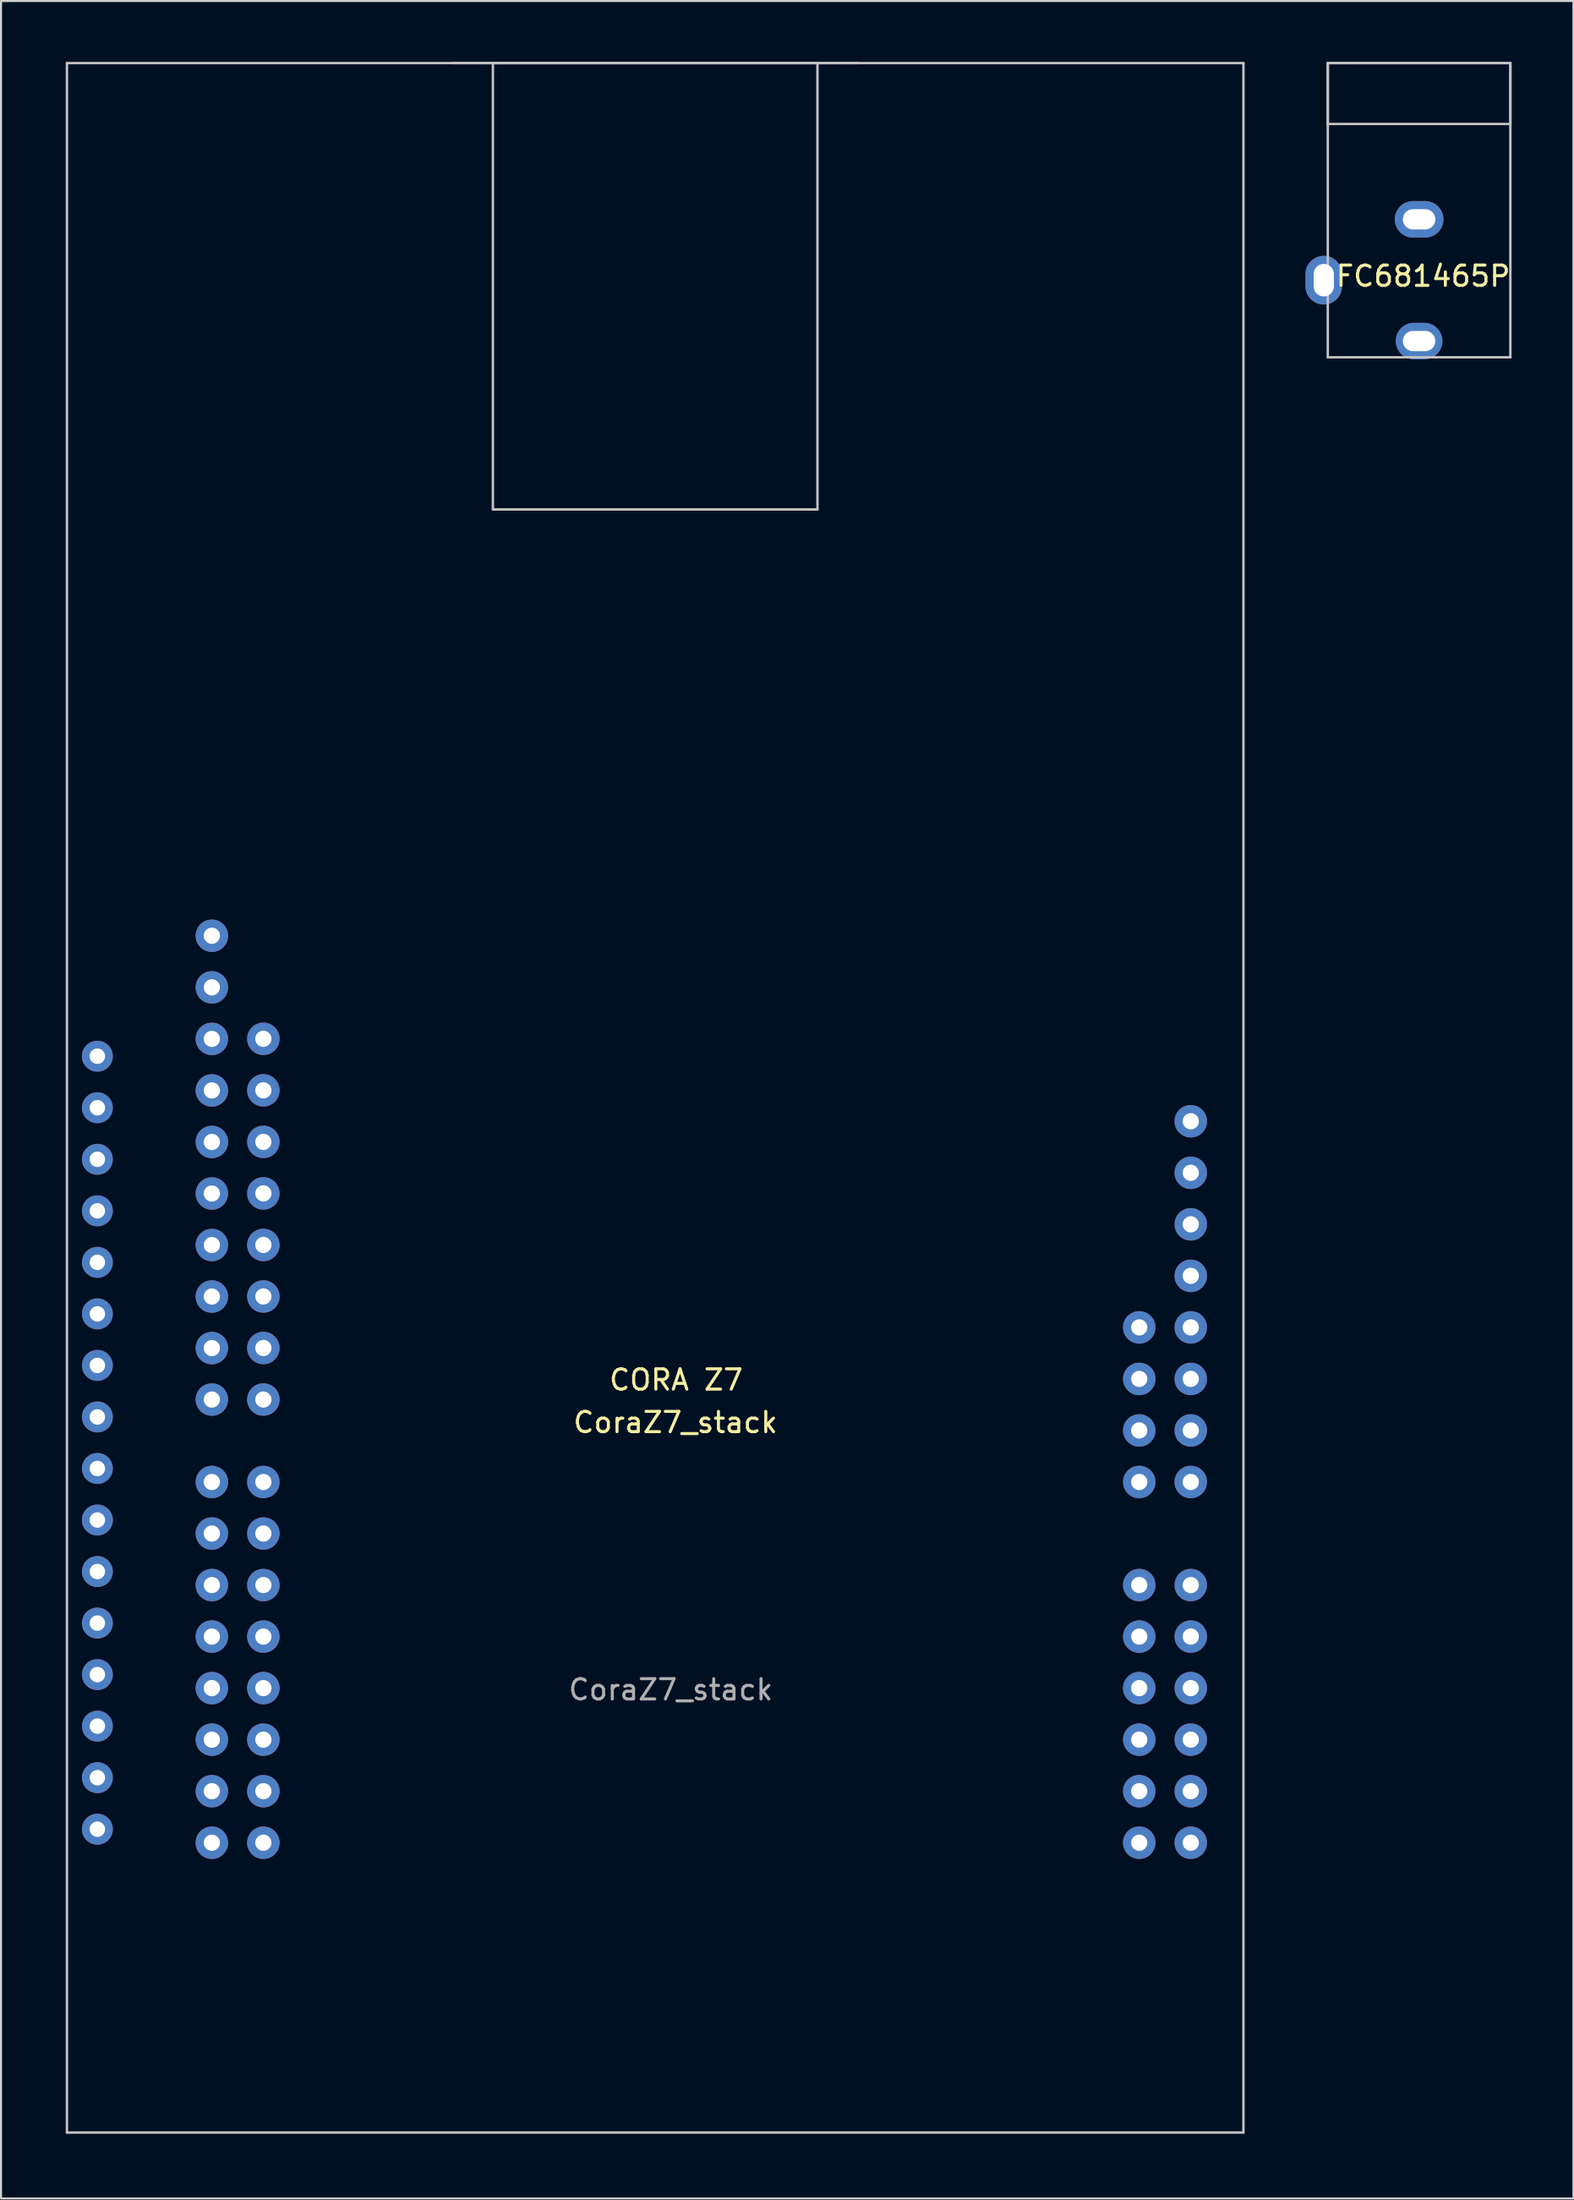
<source format=kicad_pcb>
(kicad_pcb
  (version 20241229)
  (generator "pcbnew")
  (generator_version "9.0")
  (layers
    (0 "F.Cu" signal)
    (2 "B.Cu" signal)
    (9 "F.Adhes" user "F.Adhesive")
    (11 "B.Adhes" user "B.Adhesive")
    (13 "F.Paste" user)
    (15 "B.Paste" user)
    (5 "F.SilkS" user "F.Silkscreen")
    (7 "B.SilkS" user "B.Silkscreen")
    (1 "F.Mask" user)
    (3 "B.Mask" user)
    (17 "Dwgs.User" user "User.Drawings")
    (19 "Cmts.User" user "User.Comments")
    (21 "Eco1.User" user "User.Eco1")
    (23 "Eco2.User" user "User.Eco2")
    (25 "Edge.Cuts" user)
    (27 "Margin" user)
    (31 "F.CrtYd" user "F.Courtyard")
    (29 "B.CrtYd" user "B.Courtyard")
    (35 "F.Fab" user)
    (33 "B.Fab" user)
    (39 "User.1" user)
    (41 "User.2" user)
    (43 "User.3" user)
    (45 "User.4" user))
  (footprint "CoraZ7_stack"
    (layer "F.Cu")
    (at 0.25 102.06)
    (property "Reference" "CoraZ7_stack" (at 30 -35 180) (layer "F.SilkS") (effects (font (size 1 1) (thickness 0.15))))
    (attr through_hole)
    (fp_line (start 0 -102) (end 0 0) (stroke (width 0.12) (type solid)) (layer "Dwgs.User"))
    (fp_line (start 0 0) (end 58 0) (stroke (width 0.12) (type solid)) (layer "Dwgs.User"))
    (fp_line (start 19 -102) (end 39 -102) (stroke (width 0.12) (type solid)) (layer "Dwgs.User"))
    (fp_line (start 21 -102) (end 21 -80) (stroke (width 0.12) (type solid)) (layer "Dwgs.User"))
    (fp_line (start 21 -80) (end 37 -80) (stroke (width 0.12) (type solid)) (layer "Dwgs.User"))
    (fp_line (start 37 -102) (end 21 -102) (stroke (width 0.12) (type solid)) (layer "Dwgs.User"))
    (fp_line (start 37 -80) (end 37 -102) (stroke (width 0.12) (type solid)) (layer "Dwgs.User"))
    (fp_line (start 58 -102) (end 0 -102) (stroke (width 0.12) (type solid)) (layer "Dwgs.User"))
    (fp_line (start 58 0) (end 58 -102) (stroke (width 0.12) (type solid)) (layer "Dwgs.User"))
    (fp_text user "CORA Z7" (at 30.034 -37.096 0) (layer "F.SilkS") (effects (font (size 1 1) (thickness 0.15))))
    (fp_text user "${REFERENCE}" (at 29.766 -21.826 180) (layer "F.Fab") (effects (font (size 1 1) (thickness 0.15))))
    (pad "1" thru_hole oval (at 7.144 -14.284) (size 1.6 1.6) (drill 0.8) (layers "*.Cu" "*.Mask"))
    (pad "2" thru_hole oval (at 7.144 -16.824) (size 1.6 1.6) (drill 0.8) (layers "*.Cu" "*.Mask"))
    (pad "3" thru_hole oval (at 7.144 -19.364) (size 1.6 1.6) (drill 0.8) (layers "*.Cu" "*.Mask"))
    (pad "4" thru_hole oval (at 7.144 -21.904) (size 1.6 1.6) (drill 0.8) (layers "*.Cu" "*.Mask"))
    (pad "5" thru_hole oval (at 7.144 -24.444) (size 1.6 1.6) (drill 0.8) (layers "*.Cu" "*.Mask"))
    (pad "6" thru_hole oval (at 7.144 -26.984) (size 1.6 1.6) (drill 0.8) (layers "*.Cu" "*.Mask"))
    (pad "7" thru_hole oval (at 7.144 -29.524) (size 1.6 1.6) (drill 0.8) (layers "*.Cu" "*.Mask"))
    (pad "8" thru_hole oval (at 7.144 -32.064) (size 1.6 1.6) (drill 0.8) (layers "*.Cu" "*.Mask"))
    (pad "9" thru_hole oval (at 7.144 -36.128) (size 1.6 1.6) (drill 0.8) (layers "*.Cu" "*.Mask"))
    (pad "10" thru_hole oval (at 7.144 -38.664) (size 1.6 1.6) (drill 0.8) (layers "*.Cu" "*.Mask"))
    (pad "11" thru_hole oval (at 7.144 -41.204) (size 1.6 1.6) (drill 0.8) (layers "*.Cu" "*.Mask"))
    (pad "12" thru_hole oval (at 7.144 -43.744) (size 1.6 1.6) (drill 0.8) (layers "*.Cu" "*.Mask"))
    (pad "13" thru_hole oval (at 7.144 -46.284) (size 1.6 1.6) (drill 0.8) (layers "*.Cu" "*.Mask"))
    (pad "14" thru_hole oval (at 7.144 -48.824) (size 1.6 1.6) (drill 0.8) (layers "*.Cu" "*.Mask"))
    (pad "15" thru_hole oval (at 7.144 -51.364) (size 1.6 1.6) (drill 0.8) (layers "*.Cu" "*.Mask"))
    (pad "16" thru_hole oval (at 7.144 -53.904) (size 1.6 1.6) (drill 0.8) (layers "*.Cu" "*.Mask"))
    (pad "17" thru_hole oval (at 7.144 -56.444) (size 1.6 1.6) (drill 0.8) (layers "*.Cu" "*.Mask"))
    (pad "18" thru_hole oval (at 7.144 -58.988) (size 1.6 1.6) (drill 0.8) (layers "*.Cu" "*.Mask"))
    (pad "19" thru_hole oval (at 9.684 -14.284) (size 1.6 1.6) (drill 0.8) (layers "*.Cu" "*.Mask"))
    (pad "20" thru_hole oval (at 9.684 -16.824) (size 1.6 1.6) (drill 0.8) (layers "*.Cu" "*.Mask"))
    (pad "21" thru_hole oval (at 9.684 -19.364) (size 1.6 1.6) (drill 0.8) (layers "*.Cu" "*.Mask"))
    (pad "22" thru_hole oval (at 9.684 -21.904) (size 1.6 1.6) (drill 0.8) (layers "*.Cu" "*.Mask"))
    (pad "23" thru_hole oval (at 9.684 -24.444) (size 1.6 1.6) (drill 0.8) (layers "*.Cu" "*.Mask"))
    (pad "24" thru_hole oval (at 9.684 -26.984) (size 1.6 1.6) (drill 0.8) (layers "*.Cu" "*.Mask"))
    (pad "25" thru_hole oval (at 9.684 -29.524) (size 1.6 1.6) (drill 0.8) (layers "*.Cu" "*.Mask"))
    (pad "26" thru_hole oval (at 9.684 -32.064) (size 1.6 1.6) (drill 0.8) (layers "*.Cu" "*.Mask"))
    (pad "27" thru_hole oval (at 9.684 -36.128) (size 1.6 1.6) (drill 0.8) (layers "*.Cu" "*.Mask"))
    (pad "28" thru_hole oval (at 9.684 -38.668) (size 1.6 1.6) (drill 0.8) (layers "*.Cu" "*.Mask"))
    (pad "29" thru_hole oval (at 9.684 -41.208) (size 1.6 1.6) (drill 0.8) (layers "*.Cu" "*.Mask"))
    (pad "30" thru_hole oval (at 9.684 -43.748) (size 1.6 1.6) (drill 0.8) (layers "*.Cu" "*.Mask"))
    (pad "31" thru_hole oval (at 9.684 -46.288) (size 1.6 1.6) (drill 0.8) (layers "*.Cu" "*.Mask"))
    (pad "32" thru_hole oval (at 9.684 -48.828) (size 1.6 1.6) (drill 0.8) (layers "*.Cu" "*.Mask"))
    (pad "33" thru_hole oval (at 9.684 -51.368) (size 1.6 1.6) (drill 0.8) (layers "*.Cu" "*.Mask"))
    (pad "34" thru_hole oval (at 9.684 -53.908) (size 1.6 1.6) (drill 0.8) (layers "*.Cu" "*.Mask"))
    (pad "35" thru_hole oval (at 52.864 -14.284) (size 1.6 1.6) (drill 0.8) (layers "*.Cu" "*.Mask"))
    (pad "36" thru_hole oval (at 52.864 -16.824) (size 1.6 1.6) (drill 0.8) (layers "*.Cu" "*.Mask"))
    (pad "37" thru_hole oval (at 52.864 -19.364) (size 1.6 1.6) (drill 0.8) (layers "*.Cu" "*.Mask"))
    (pad "38" thru_hole oval (at 52.864 -21.904) (size 1.6 1.6) (drill 0.8) (layers "*.Cu" "*.Mask"))
    (pad "39" thru_hole oval (at 52.864 -24.444) (size 1.6 1.6) (drill 0.8) (layers "*.Cu" "*.Mask"))
    (pad "40" thru_hole oval (at 52.864 -26.984) (size 1.6 1.6) (drill 0.8) (layers "*.Cu" "*.Mask"))
    (pad "41" thru_hole oval (at 52.864 -32.064) (size 1.6 1.6) (drill 0.8) (layers "*.Cu" "*.Mask"))
    (pad "42" thru_hole oval (at 52.864 -34.604) (size 1.6 1.6) (drill 0.8) (layers "*.Cu" "*.Mask"))
    (pad "43" thru_hole oval (at 52.864 -37.144) (size 1.6 1.6) (drill 0.8) (layers "*.Cu" "*.Mask"))
    (pad "44" thru_hole oval (at 52.864 -39.684) (size 1.6 1.6) (drill 0.8) (layers "*.Cu" "*.Mask"))
    (pad "45" thru_hole oval (at 55.404 -14.284) (size 1.6 1.6) (drill 0.8) (layers "*.Cu" "*.Mask"))
    (pad "46" thru_hole oval (at 55.404 -16.824) (size 1.6 1.6) (drill 0.8) (layers "*.Cu" "*.Mask"))
    (pad "47" thru_hole oval (at 55.404 -19.364) (size 1.6 1.6) (drill 0.8) (layers "*.Cu" "*.Mask"))
    (pad "48" thru_hole oval (at 55.404 -21.904) (size 1.6 1.6) (drill 0.8) (layers "*.Cu" "*.Mask"))
    (pad "49" thru_hole oval (at 55.404 -24.444) (size 1.6 1.6) (drill 0.8) (layers "*.Cu" "*.Mask"))
    (pad "50" thru_hole oval (at 55.404 -26.984) (size 1.6 1.6) (drill 0.8) (layers "*.Cu" "*.Mask"))
    (pad "51" thru_hole oval (at 55.404 -32.064) (size 1.6 1.6) (drill 0.8) (layers "*.Cu" "*.Mask"))
    (pad "52" thru_hole oval (at 55.404 -34.604) (size 1.6 1.6) (drill 0.8) (layers "*.Cu" "*.Mask"))
    (pad "53" thru_hole oval (at 55.404 -37.144) (size 1.6 1.6) (drill 0.8) (layers "*.Cu" "*.Mask"))
    (pad "54" thru_hole oval (at 55.404 -39.684) (size 1.6 1.6) (drill 0.8) (layers "*.Cu" "*.Mask"))
    (pad "55" thru_hole oval (at 55.404 -42.224) (size 1.6 1.6) (drill 0.8) (layers "*.Cu" "*.Mask"))
    (pad "56" thru_hole oval (at 55.404 -44.764) (size 1.6 1.6) (drill 0.8) (layers "*.Cu" "*.Mask"))
    (pad "57" thru_hole oval (at 55.404 -47.304) (size 1.6 1.6) (drill 0.8) (layers "*.Cu" "*.Mask"))
    (pad "58" thru_hole oval (at 55.404 -49.844) (size 1.6 1.6) (drill 0.8) (layers "*.Cu" "*.Mask"))
    (pad "59" thru_hole circle (at 1.5 -14.95) (size 1.524 1.524) (drill 0.762) (layers "*.Cu" "*.Mask"))
    (pad "60" thru_hole circle (at 1.5 -17.49) (size 1.524 1.524) (drill 0.762) (layers "*.Cu" "*.Mask"))
    (pad "61" thru_hole circle (at 1.5 -20.03) (size 1.524 1.524) (drill 0.762) (layers "*.Cu" "*.Mask"))
    (pad "62" thru_hole circle (at 1.5 -22.57) (size 1.524 1.524) (drill 0.762) (layers "*.Cu" "*.Mask"))
    (pad "63" thru_hole circle (at 1.5 -25.11) (size 1.524 1.524) (drill 0.762) (layers "*.Cu" "*.Mask"))
    (pad "64" thru_hole circle (at 1.5 -27.65) (size 1.524 1.524) (drill 0.762) (layers "*.Cu" "*.Mask"))
    (pad "65" thru_hole circle (at 1.5 -30.19) (size 1.524 1.524) (drill 0.762) (layers "*.Cu" "*.Mask"))
    (pad "66" thru_hole circle (at 1.5 -32.73) (size 1.524 1.524) (drill 0.762) (layers "*.Cu" "*.Mask"))
    (pad "67" thru_hole circle (at 1.5 -35.27) (size 1.524 1.524) (drill 0.762) (layers "*.Cu" "*.Mask"))
    (pad "68" thru_hole circle (at 1.5 -37.81) (size 1.524 1.524) (drill 0.762) (layers "*.Cu" "*.Mask"))
    (pad "69" thru_hole circle (at 1.5 -40.35) (size 1.524 1.524) (drill 0.762) (layers "*.Cu" "*.Mask"))
    (pad "70" thru_hole circle (at 1.5 -42.89) (size 1.524 1.524) (drill 0.762) (layers "*.Cu" "*.Mask"))
    (pad "71" thru_hole circle (at 1.5 -45.43) (size 1.524 1.524) (drill 0.762) (layers "*.Cu" "*.Mask"))
    (pad "72" thru_hole circle (at 1.5 -47.97) (size 1.524 1.524) (drill 0.762) (layers "*.Cu" "*.Mask"))
    (pad "73" thru_hole circle (at 1.5 -50.51) (size 1.524 1.524) (drill 0.762) (layers "*.Cu" "*.Mask"))
    (pad "74" thru_hole circle (at 1.5 -53.05) (size 1.524 1.524) (drill 0.762) (layers "*.Cu" "*.Mask")))
  (footprint "FC681465P"
    (layer "F.Cu")
    (at 66.91 10.76)
    (property "Reference" "FC681465P" (at 0.2 -0.2 0) (layer "F.SilkS") (effects (font (size 1 1) (thickness 0.15))))
    (attr through_hole)
    (fp_line (start -4.5 -10.7) (end -4.5 -7.7) (stroke (width 0.12) (type solid)) (layer "Dwgs.User"))
    (fp_line (start -4.5 -10.7) (end 4.5 -10.7) (stroke (width 0.12) (type solid)) (layer "Dwgs.User"))
    (fp_line (start -4.5 -7.7) (end 4.5 -7.7) (stroke (width 0.12) (type solid)) (layer "Dwgs.User"))
    (fp_line (start -4.5 0) (end -4.5 -10.7) (stroke (width 0.12) (type solid)) (layer "Dwgs.User"))
    (fp_line (start -4.5 3.8) (end -4.5 0) (stroke (width 0.12) (type solid)) (layer "Dwgs.User"))
    (fp_line (start 4.5 -10.7) (end -4.5 -10.7) (stroke (width 0.12) (type solid)) (layer "Dwgs.User"))
    (fp_line (start 4.5 -10.7) (end 4.5 3.8) (stroke (width 0.12) (type solid)) (layer "Dwgs.User"))
    (fp_line (start 4.5 -7.7) (end 4.5 -10.7) (stroke (width 0.12) (type solid)) (layer "Dwgs.User"))
    (fp_line (start 4.5 3.8) (end -4.5 3.8) (stroke (width 0.12) (type solid)) (layer "Dwgs.User"))
    (pad "1" thru_hole oval (at 0 3) (size 2.3 1.8) (drill oval 1.6 1) (layers "*.Cu" "*.Mask"))
    (pad "2" thru_hole oval (at 0 -3) (size 2.4 1.8) (drill oval 1.6 1) (layers "*.Cu" "*.Mask"))
    (pad "3" thru_hole oval (at -4.7 0 90) (size 2.4 1.8) (drill oval 1.6 1) (layers "*.Cu" "*.Mask")))
  (gr_rect
    (start -3 -3)
    (end 74.521 105.31)
    (stroke (width 0.1) (type default))
    (fill no)
    (layer "Edge.Cuts")))
</source>
